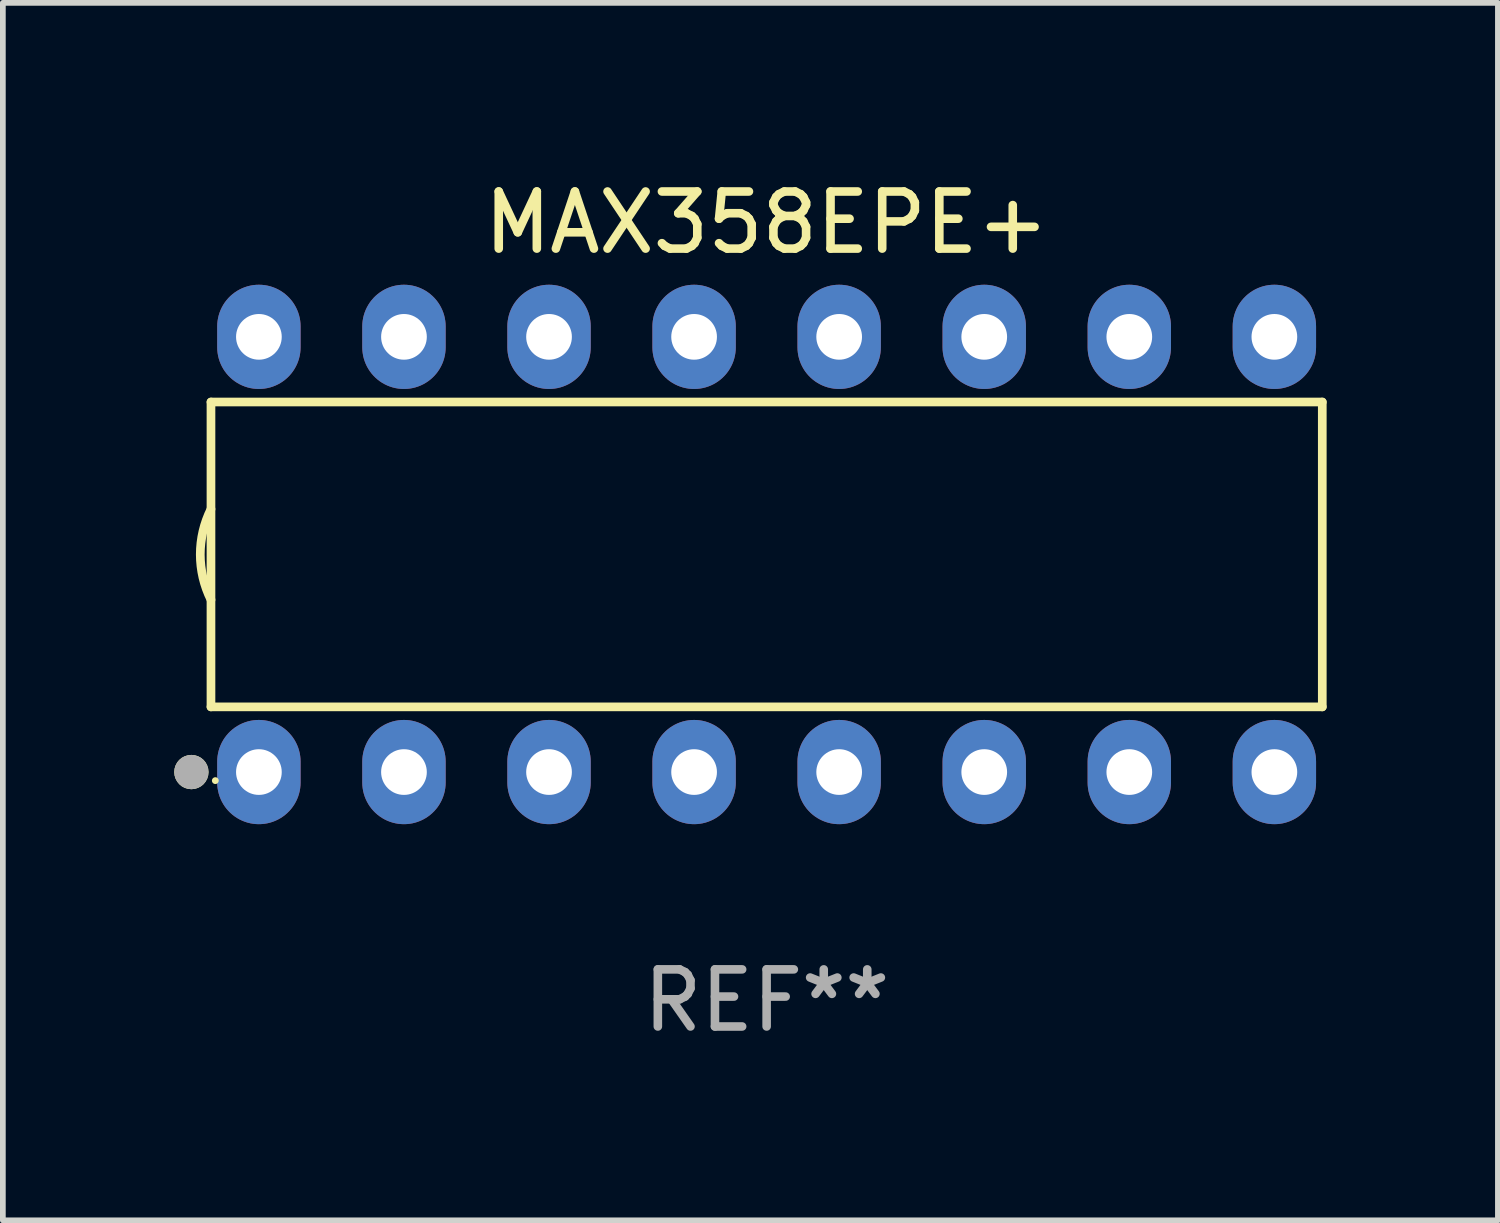
<source format=kicad_pcb>
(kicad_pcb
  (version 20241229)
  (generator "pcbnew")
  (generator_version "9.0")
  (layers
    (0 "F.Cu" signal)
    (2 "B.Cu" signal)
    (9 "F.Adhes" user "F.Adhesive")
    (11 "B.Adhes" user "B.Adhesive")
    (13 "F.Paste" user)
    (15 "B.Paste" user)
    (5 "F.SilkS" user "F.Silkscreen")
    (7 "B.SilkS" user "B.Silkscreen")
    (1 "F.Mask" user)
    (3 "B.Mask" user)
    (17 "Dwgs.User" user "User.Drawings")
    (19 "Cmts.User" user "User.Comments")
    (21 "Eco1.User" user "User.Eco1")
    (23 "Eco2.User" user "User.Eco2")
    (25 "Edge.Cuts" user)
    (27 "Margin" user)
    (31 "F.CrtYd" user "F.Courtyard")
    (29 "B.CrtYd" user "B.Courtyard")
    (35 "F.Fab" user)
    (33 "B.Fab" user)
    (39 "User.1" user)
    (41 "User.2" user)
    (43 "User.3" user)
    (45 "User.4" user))
  (footprint "MAX358EPE+"
    (layer "F.Cu")
    (at 10.373 6.658)
    (property "Reference" "MAX358EPE+" (at 0 -5.81 0) (layer "F.SilkS") (effects (font (size 1 1) (thickness 0.15))))
    (attr through_hole)
    (fp_line (start -9.729 -2.669) (end 9.729 -2.669) (stroke (width 0.152) (type solid)) (layer "F.SilkS"))
    (fp_line (start -9.729 2.669) (end -9.729 -2.669) (stroke (width 0.152) (type solid)) (layer "F.SilkS"))
    (fp_line (start 9.729 -2.669) (end 9.729 2.669) (stroke (width 0.152) (type solid)) (layer "F.SilkS"))
    (fp_line (start 9.729 2.669) (end -9.729 2.669) (stroke (width 0.152) (type solid)) (layer "F.SilkS"))
    (fp_arc (start -9.728727 0.793751) (mid -9.916106 0) (end -9.728727 -0.793752) (stroke (width 0.1524) (type solid)) (layer "F.SilkS"))
    (fp_circle (center -10.072 3.81) (end -9.922 3.81) (stroke (width 0.3) (type solid)) (fill no) (layer "F.SilkS"))
    (fp_circle (center -9.653 3.96) (end -9.623 3.96) (stroke (width 0.06) (type solid)) (fill no) (layer "F.SilkS"))
    (fp_circle (center -10.072 3.81) (end -9.922 3.81) (stroke (width 0.3) (type solid)) (fill no) (layer "F.Fab"))
    (fp_text user "REF**" (at 0 7.81 0) (layer "F.Fab") (effects (font (size 1 1) (thickness 0.15))))
    (pad "1" thru_hole oval (at -8.89 3.81) (size 1.46 1.825) (drill 0.8) (layers "*.Cu" "*.Mask"))
    (pad "2" thru_hole oval (at -6.35 3.81) (size 1.46 1.825) (drill 0.8) (layers "*.Cu" "*.Mask"))
    (pad "3" thru_hole oval (at -3.81 3.81) (size 1.46 1.825) (drill 0.8) (layers "*.Cu" "*.Mask"))
    (pad "4" thru_hole oval (at -1.27 3.81) (size 1.46 1.825) (drill 0.8) (layers "*.Cu" "*.Mask"))
    (pad "5" thru_hole oval (at 1.27 3.81) (size 1.46 1.825) (drill 0.8) (layers "*.Cu" "*.Mask"))
    (pad "6" thru_hole oval (at 3.81 3.81) (size 1.46 1.825) (drill 0.8) (layers "*.Cu" "*.Mask"))
    (pad "7" thru_hole oval (at 6.35 3.81) (size 1.46 1.825) (drill 0.8) (layers "*.Cu" "*.Mask"))
    (pad "8" thru_hole oval (at 8.89 3.81) (size 1.46 1.825) (drill 0.8) (layers "*.Cu" "*.Mask"))
    (pad "9" thru_hole oval (at 8.89 -3.81) (size 1.46 1.825) (drill 0.8) (layers "*.Cu" "*.Mask"))
    (pad "10" thru_hole oval (at 6.35 -3.81) (size 1.46 1.825) (drill 0.8) (layers "*.Cu" "*.Mask"))
    (pad "11" thru_hole oval (at 3.81 -3.81) (size 1.46 1.825) (drill 0.8) (layers "*.Cu" "*.Mask"))
    (pad "12" thru_hole oval (at 1.27 -3.81) (size 1.46 1.825) (drill 0.8) (layers "*.Cu" "*.Mask"))
    (pad "13" thru_hole oval (at -1.27 -3.81) (size 1.46 1.825) (drill 0.8) (layers "*.Cu" "*.Mask"))
    (pad "14" thru_hole oval (at -3.81 -3.81) (size 1.46 1.825) (drill 0.8) (layers "*.Cu" "*.Mask"))
    (pad "15" thru_hole oval (at -6.35 -3.81) (size 1.46 1.825) (drill 0.8) (layers "*.Cu" "*.Mask"))
    (pad "16" thru_hole oval (at -8.89 -3.81) (size 1.46 1.825) (drill 0.8) (layers "*.Cu" "*.Mask")))
  (gr_rect
    (start -3 -3)
    (end 23.177 18.317)
    (stroke (width 0.1) (type default))
    (fill no)
    (layer "Edge.Cuts")))
</source>
